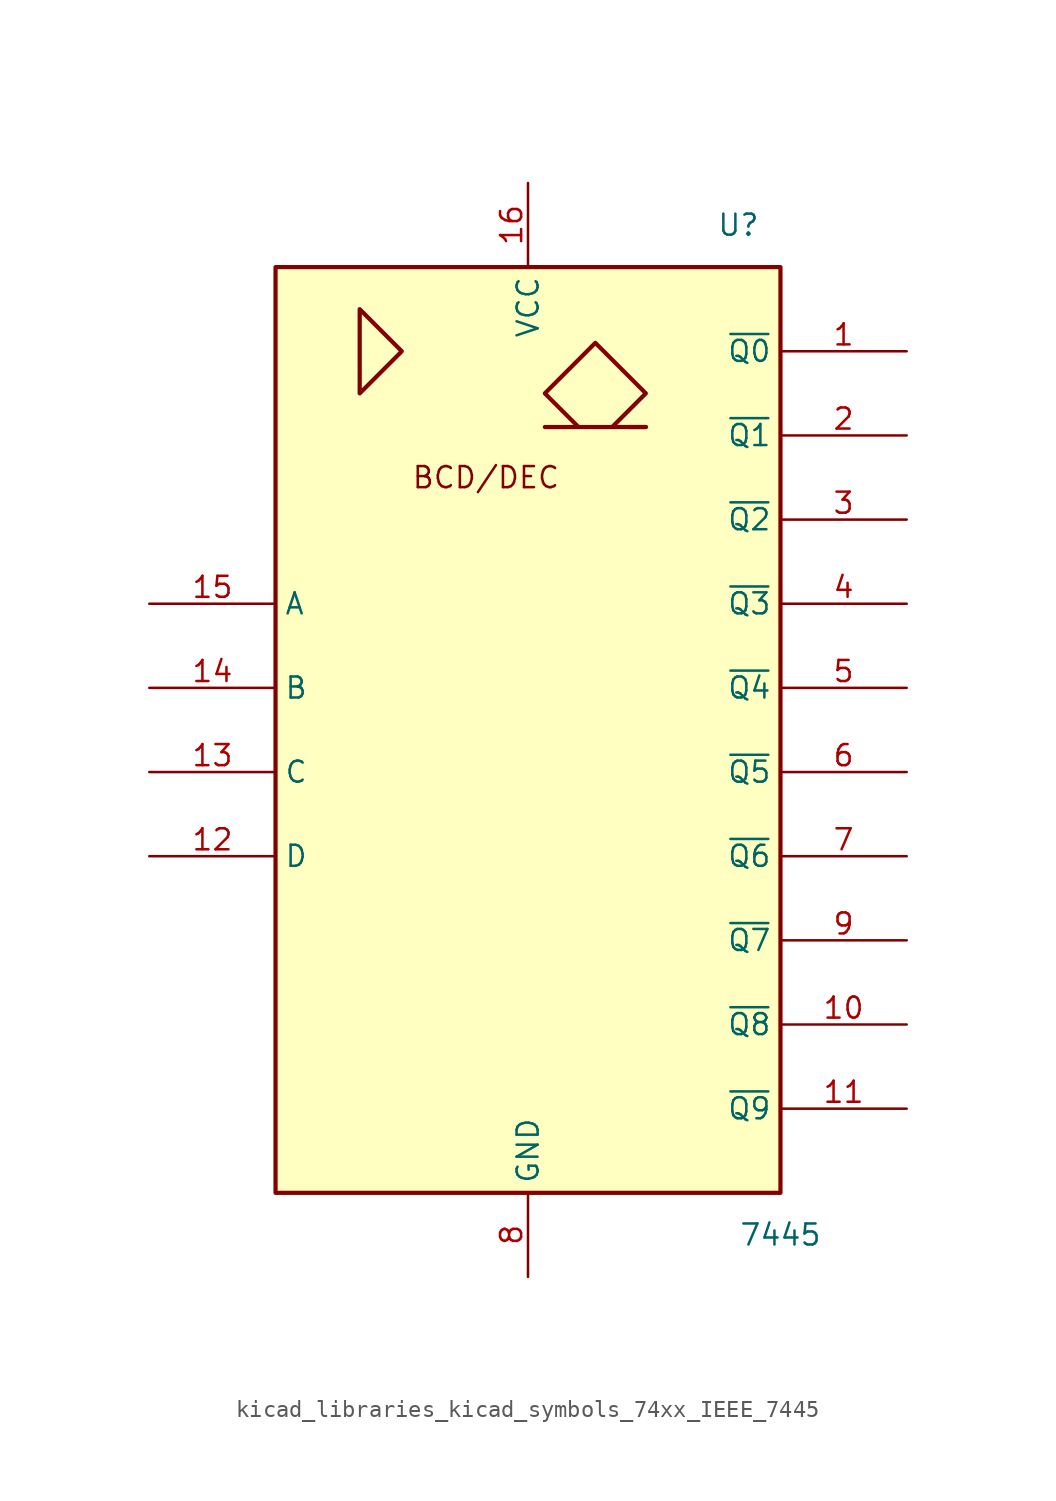
<source format=kicad_sym>
(kicad_symbol_lib
  (version 20220914)
  (generator kicad_symbol_editor)
  (symbol "kicad_libraries_kicad_symbols_74xx_IEEE_7445"
    (property "Reference" "U"
      (at 12.7 30.48 0)
      (effects (font (size 1.27 1.27))))
    (property "Value" "7445"
      (at 15.24 -30.48 0)
      (effects (font (size 1.27 1.27))))
    (symbol "kicad_libraries_kicad_symbols_74xx_IEEE_7445_0_0"
      (polyline (pts (xy 7.112 18.288) (xy 6.096 18.288) (xy 6.096 18.288)) (stroke (width 0.254) (type default)) (fill (type background)))
      (polyline (pts (xy -10.16 25.4) (xy -10.16 20.32) (xy -7.62 22.86) (xy -10.16 25.4) (xy -10.16 25.4)) (stroke (width 0.254) (type default)) (fill (type background)))
      (polyline (pts (xy 5.08 18.288) (xy 7.112 20.32) (xy 4.064 23.368) (xy 1.016 20.32) (xy 3.048 18.288) (xy 1.016 18.288) (xy 7.112 18.288)) (stroke (width 0.254) (type default)) (fill (type background)))
      (text "BCD/DEC" (at -2.54 15.24 0) (effects (font (size 1.27 1.27))))
      (pin power_in line (at 0 33.02 270) (length 5.08) (name "VCC" (effects (font (size 1.27 1.27)))) (number "16" (effects (font (size 1.27 1.27)))))
      (pin power_in line (at 0 -33.02 90) (length 5.08) (name "GND" (effects (font (size 1.27 1.27)))) (number "8" (effects (font (size 1.27 1.27))))))
    (symbol "kicad_libraries_kicad_symbols_74xx_IEEE_7445_0_1"
      (rectangle (start -15.24 27.94) (end 15.24 -27.94) (stroke (width 0.254) (type default)) (fill (type background))))
    (symbol "kicad_libraries_kicad_symbols_74xx_IEEE_7445_1_1"
      (pin open_collector line (at 22.86 22.86 180) (length 7.62) (name "~{Q0}" (effects (font (size 1.27 1.27)))) (number "1" (effects (font (size 1.27 1.27)))))
      (pin open_collector line (at 22.86 -17.78 180) (length 7.62) (name "~{Q8}" (effects (font (size 1.27 1.27)))) (number "10" (effects (font (size 1.27 1.27)))))
      (pin open_collector line (at 22.86 -22.86 180) (length 7.62) (name "~{Q9}" (effects (font (size 1.27 1.27)))) (number "11" (effects (font (size 1.27 1.27)))))
      (pin input line (at -22.86 -7.62 0) (length 7.62) (name "D" (effects (font (size 1.27 1.27)))) (number "12" (effects (font (size 1.27 1.27)))))
      (pin input line (at -22.86 -2.54 0) (length 7.62) (name "C" (effects (font (size 1.27 1.27)))) (number "13" (effects (font (size 1.27 1.27)))))
      (pin input line (at -22.86 2.54 0) (length 7.62) (name "B" (effects (font (size 1.27 1.27)))) (number "14" (effects (font (size 1.27 1.27)))))
      (pin input line (at -22.86 7.62 0) (length 7.62) (name "A" (effects (font (size 1.27 1.27)))) (number "15" (effects (font (size 1.27 1.27)))))
      (pin open_collector line (at 22.86 17.78 180) (length 7.62) (name "~{Q1}" (effects (font (size 1.27 1.27)))) (number "2" (effects (font (size 1.27 1.27)))))
      (pin open_collector line (at 22.86 12.7 180) (length 7.62) (name "~{Q2}" (effects (font (size 1.27 1.27)))) (number "3" (effects (font (size 1.27 1.27)))))
      (pin open_collector line (at 22.86 7.62 180) (length 7.62) (name "~{Q3}" (effects (font (size 1.27 1.27)))) (number "4" (effects (font (size 1.27 1.27)))))
      (pin open_collector line (at 22.86 2.54 180) (length 7.62) (name "~{Q4}" (effects (font (size 1.27 1.27)))) (number "5" (effects (font (size 1.27 1.27)))))
      (pin open_collector line (at 22.86 -2.54 180) (length 7.62) (name "~{Q5}" (effects (font (size 1.27 1.27)))) (number "6" (effects (font (size 1.27 1.27)))))
      (pin open_collector line (at 22.86 -7.62 180) (length 7.62) (name "~{Q6}" (effects (font (size 1.27 1.27)))) (number "7" (effects (font (size 1.27 1.27)))))
      (pin open_collector line (at 22.86 -12.7 180) (length 7.62) (name "~{Q7}" (effects (font (size 1.27 1.27)))) (number "9" (effects (font (size 1.27 1.27))))))))
</source>
